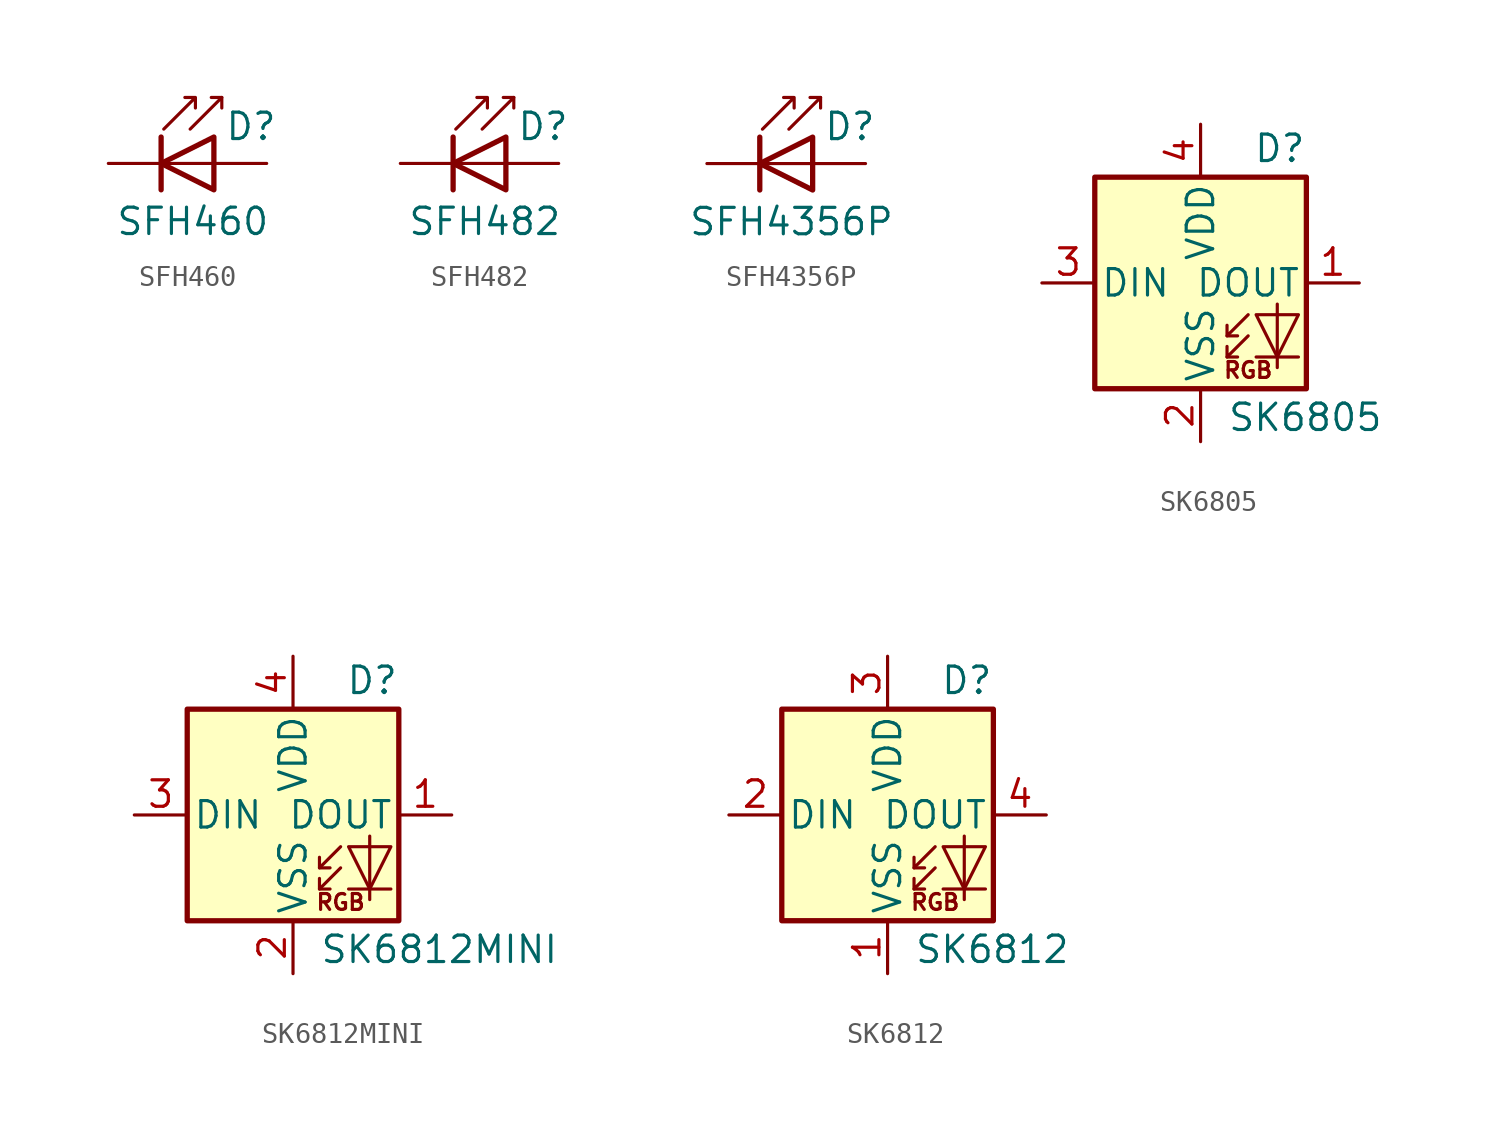
<source format=kicad_sym>
(kicad_symbol_lib
  (version 20220914)
  (generator kicad_symbol_editor)
  (symbol "SFH460"
    (pin_numbers hide)
    (pin_names
      (offset 1.016) hide)
    (property "Reference" "D"
      (at 0.508 1.778 0)
      (effects (font (size 1.27 1.27)) (justify left)))
    (property "Value" "SFH460"
      (at -1.016 -2.794 0)
      (effects (font (size 1.27 1.27))))
    (symbol "SFH460_0_1"
      (polyline (pts (xy -2.54 1.27) (xy -2.54 -1.27)) (stroke (width 0.254) (type solid)) (fill (type none)))
      (polyline (pts (xy 0 0) (xy -2.54 0)) (stroke (width 0) (type solid)) (fill (type none)))
      (polyline (pts (xy 0.381 3.175) (xy -0.127 3.175)) (stroke (width 0) (type solid)) (fill (type none)))
      (polyline (pts (xy -1.143 1.651) (xy 0.381 3.175) (xy 0.381 2.667)) (stroke (width 0) (type solid)) (fill (type none)))
      (polyline (pts (xy 0 1.27) (xy 0 -1.27) (xy -2.54 0) (xy 0 1.27)) (stroke (width 0.254) (type solid)) (fill (type none)))
      (polyline (pts (xy -2.413 1.651) (xy -0.889 3.175) (xy -0.889 2.667) (xy -0.889 3.175) (xy -1.397 3.175)) (stroke (width 0) (type solid)) (fill (type none))))
    (symbol "SFH460_1_1"
      (pin passive line (at -5.08 0 0) (length 2.54) (name "K" (effects (font (size 1.27 1.27)))) (number "1" (effects (font (size 1.27 1.27)))))
      (pin passive line (at 2.54 0 180) (length 2.54) (name "A" (effects (font (size 1.27 1.27)))) (number "2" (effects (font (size 1.27 1.27)))))))
  (symbol "SFH482"
    (pin_numbers hide)
    (pin_names
      (offset 1.016) hide)
    (property "Reference" "D"
      (at 0.508 1.778 0)
      (effects (font (size 1.27 1.27)) (justify left)))
    (property "Value" "SFH482"
      (at -1.016 -2.794 0)
      (effects (font (size 1.27 1.27))))
    (symbol "SFH482_0_1"
      (polyline (pts (xy -2.54 1.27) (xy -2.54 -1.27)) (stroke (width 0.254) (type solid)) (fill (type none)))
      (polyline (pts (xy 0 0) (xy -2.54 0)) (stroke (width 0) (type solid)) (fill (type none)))
      (polyline (pts (xy 0.381 3.175) (xy -0.127 3.175)) (stroke (width 0) (type solid)) (fill (type none)))
      (polyline (pts (xy -1.143 1.651) (xy 0.381 3.175) (xy 0.381 2.667)) (stroke (width 0) (type solid)) (fill (type none)))
      (polyline (pts (xy 0 1.27) (xy 0 -1.27) (xy -2.54 0) (xy 0 1.27)) (stroke (width 0.254) (type solid)) (fill (type none)))
      (polyline (pts (xy -2.413 1.651) (xy -0.889 3.175) (xy -0.889 2.667) (xy -0.889 3.175) (xy -1.397 3.175)) (stroke (width 0) (type solid)) (fill (type none))))
    (symbol "SFH482_1_1"
      (pin passive line (at -5.08 0 0) (length 2.54) (name "K" (effects (font (size 1.27 1.27)))) (number "1" (effects (font (size 1.27 1.27)))))
      (pin passive line (at 2.54 0 180) (length 2.54) (name "A" (effects (font (size 1.27 1.27)))) (number "2" (effects (font (size 1.27 1.27)))))))
  (symbol "SFH4356P"
    (pin_numbers hide)
    (pin_names
      (offset 1.016) hide)
    (property "Reference" "D"
      (at 0.508 1.778 0)
      (effects (font (size 1.27 1.27)) (justify left)))
    (property "Value" "SFH4356P"
      (at -1.016 -2.794 0)
      (effects (font (size 1.27 1.27))))
    (symbol "SFH4356P_0_1"
      (polyline (pts (xy -2.54 1.27) (xy -2.54 -1.27)) (stroke (width 0.254) (type solid)) (fill (type none)))
      (polyline (pts (xy 0 0) (xy -2.54 0)) (stroke (width 0) (type solid)) (fill (type none)))
      (polyline (pts (xy 0.381 3.175) (xy -0.127 3.175)) (stroke (width 0) (type solid)) (fill (type none)))
      (polyline (pts (xy -1.143 1.651) (xy 0.381 3.175) (xy 0.381 2.667)) (stroke (width 0) (type solid)) (fill (type none)))
      (polyline (pts (xy 0 1.27) (xy -2.54 0) (xy 0 -1.27) (xy 0 1.27)) (stroke (width 0.254) (type solid)) (fill (type none)))
      (polyline (pts (xy -2.413 1.651) (xy -0.889 3.175) (xy -0.889 2.667) (xy -0.889 3.175) (xy -1.397 3.175)) (stroke (width 0) (type solid)) (fill (type none))))
    (symbol "SFH4356P_1_1"
      (pin passive line (at -5.08 0 0) (length 2.54) (name "K" (effects (font (size 1.27 1.27)))) (number "1" (effects (font (size 1.27 1.27)))))
      (pin passive line (at 2.54 0 180) (length 2.54) (name "A" (effects (font (size 1.27 1.27)))) (number "2" (effects (font (size 1.27 1.27)))))))
  (symbol "SK6805"
    (pin_names
      (offset 0.254))
    (property "Reference" "D"
      (at 5.08 5.715 0)
      (effects (font (size 1.27 1.27)) (justify right bottom)))
    (property "Value" "SK6805"
      (at 1.27 -5.715 0)
      (effects (font (size 1.27 1.27)) (justify left top)))
    (symbol "SK6805_0_0"
      (text "RGB" (at 2.286 -4.191 0) (effects (font (size 0.762 0.762)))))
    (symbol "SK6805_0_1"
      (polyline (pts (xy 1.27 -3.556) (xy 1.778 -3.556)) (stroke (width 0) (type solid)) (fill (type none)))
      (polyline (pts (xy 1.27 -2.54) (xy 1.778 -2.54)) (stroke (width 0) (type solid)) (fill (type none)))
      (polyline (pts (xy 4.699 -3.556) (xy 2.667 -3.556)) (stroke (width 0) (type solid)) (fill (type none)))
      (polyline (pts (xy 2.286 -2.54) (xy 1.27 -3.556) (xy 1.27 -3.048)) (stroke (width 0) (type solid)) (fill (type none)))
      (polyline (pts (xy 2.286 -1.524) (xy 1.27 -2.54) (xy 1.27 -2.032)) (stroke (width 0) (type solid)) (fill (type none)))
      (polyline (pts (xy 3.683 -1.016) (xy 3.683 -3.556) (xy 3.683 -4.064)) (stroke (width 0) (type solid)) (fill (type none)))
      (polyline (pts (xy 4.699 -1.524) (xy 2.667 -1.524) (xy 3.683 -3.556) (xy 4.699 -1.524)) (stroke (width 0) (type solid)) (fill (type none)))
      (rectangle (start 5.08 5.08) (end -5.08 -5.08) (stroke (width 0.254) (type solid)) (fill (type background))))
    (symbol "SK6805_1_1"
      (pin output line (at 7.62 0 180) (length 2.54) (name "DOUT" (effects (font (size 1.27 1.27)))) (number "1" (effects (font (size 1.27 1.27)))))
      (pin power_in line (at 0 -7.62 90) (length 2.54) (name "VSS" (effects (font (size 1.27 1.27)))) (number "2" (effects (font (size 1.27 1.27)))))
      (pin input line (at -7.62 0 0) (length 2.54) (name "DIN" (effects (font (size 1.27 1.27)))) (number "3" (effects (font (size 1.27 1.27)))))
      (pin power_in line (at 0 7.62 270) (length 2.54) (name "VDD" (effects (font (size 1.27 1.27)))) (number "4" (effects (font (size 1.27 1.27)))))))
  (symbol "SK6812MINI"
    (pin_names
      (offset 0.254))
    (property "Reference" "D"
      (at 5.08 5.715 0)
      (effects (font (size 1.27 1.27)) (justify right bottom)))
    (property "Value" "SK6812MINI"
      (at 1.27 -5.715 0)
      (effects (font (size 1.27 1.27)) (justify left top)))
    (symbol "SK6812MINI_0_0"
      (text "RGB" (at 2.286 -4.191 0) (effects (font (size 0.762 0.762)))))
    (symbol "SK6812MINI_0_1"
      (polyline (pts (xy 1.27 -3.556) (xy 1.778 -3.556)) (stroke (width 0) (type solid)) (fill (type none)))
      (polyline (pts (xy 1.27 -2.54) (xy 1.778 -2.54)) (stroke (width 0) (type solid)) (fill (type none)))
      (polyline (pts (xy 4.699 -3.556) (xy 2.667 -3.556)) (stroke (width 0) (type solid)) (fill (type none)))
      (polyline (pts (xy 2.286 -2.54) (xy 1.27 -3.556) (xy 1.27 -3.048)) (stroke (width 0) (type solid)) (fill (type none)))
      (polyline (pts (xy 2.286 -1.524) (xy 1.27 -2.54) (xy 1.27 -2.032)) (stroke (width 0) (type solid)) (fill (type none)))
      (polyline (pts (xy 3.683 -1.016) (xy 3.683 -3.556) (xy 3.683 -4.064)) (stroke (width 0) (type solid)) (fill (type none)))
      (polyline (pts (xy 4.699 -1.524) (xy 2.667 -1.524) (xy 3.683 -3.556) (xy 4.699 -1.524)) (stroke (width 0) (type solid)) (fill (type none)))
      (rectangle (start 5.08 5.08) (end -5.08 -5.08) (stroke (width 0.254) (type solid)) (fill (type background))))
    (symbol "SK6812MINI_1_1"
      (pin output line (at 7.62 0 180) (length 2.54) (name "DOUT" (effects (font (size 1.27 1.27)))) (number "1" (effects (font (size 1.27 1.27)))))
      (pin power_in line (at 0 -7.62 90) (length 2.54) (name "VSS" (effects (font (size 1.27 1.27)))) (number "2" (effects (font (size 1.27 1.27)))))
      (pin input line (at -7.62 0 0) (length 2.54) (name "DIN" (effects (font (size 1.27 1.27)))) (number "3" (effects (font (size 1.27 1.27)))))
      (pin power_in line (at 0 7.62 270) (length 2.54) (name "VDD" (effects (font (size 1.27 1.27)))) (number "4" (effects (font (size 1.27 1.27)))))))
  (symbol "SK6812"
    (pin_names
      (offset 0.254))
    (property "Reference" "D"
      (at 5.08 5.715 0)
      (effects (font (size 1.27 1.27)) (justify right bottom)))
    (property "Value" "SK6812"
      (at 1.27 -5.715 0)
      (effects (font (size 1.27 1.27)) (justify left top)))
    (symbol "SK6812_0_0"
      (text "RGB" (at 2.286 -4.191 0) (effects (font (size 0.762 0.762)))))
    (symbol "SK6812_0_1"
      (polyline (pts (xy 1.27 -3.556) (xy 1.778 -3.556)) (stroke (width 0) (type solid)) (fill (type none)))
      (polyline (pts (xy 1.27 -2.54) (xy 1.778 -2.54)) (stroke (width 0) (type solid)) (fill (type none)))
      (polyline (pts (xy 4.699 -3.556) (xy 2.667 -3.556)) (stroke (width 0) (type solid)) (fill (type none)))
      (polyline (pts (xy 2.286 -2.54) (xy 1.27 -3.556) (xy 1.27 -3.048)) (stroke (width 0) (type solid)) (fill (type none)))
      (polyline (pts (xy 2.286 -1.524) (xy 1.27 -2.54) (xy 1.27 -2.032)) (stroke (width 0) (type solid)) (fill (type none)))
      (polyline (pts (xy 3.683 -1.016) (xy 3.683 -3.556) (xy 3.683 -4.064)) (stroke (width 0) (type solid)) (fill (type none)))
      (polyline (pts (xy 4.699 -1.524) (xy 2.667 -1.524) (xy 3.683 -3.556) (xy 4.699 -1.524)) (stroke (width 0) (type solid)) (fill (type none)))
      (rectangle (start 5.08 5.08) (end -5.08 -5.08) (stroke (width 0.254) (type solid)) (fill (type background))))
    (symbol "SK6812_1_1"
      (pin power_in line (at 0 -7.62 90) (length 2.54) (name "VSS" (effects (font (size 1.27 1.27)))) (number "1" (effects (font (size 1.27 1.27)))))
      (pin input line (at -7.62 0 0) (length 2.54) (name "DIN" (effects (font (size 1.27 1.27)))) (number "2" (effects (font (size 1.27 1.27)))))
      (pin power_in line (at 0 7.62 270) (length 2.54) (name "VDD" (effects (font (size 1.27 1.27)))) (number "3" (effects (font (size 1.27 1.27)))))
      (pin output line (at 7.62 0 180) (length 2.54) (name "DOUT" (effects (font (size 1.27 1.27)))) (number "4" (effects (font (size 1.27 1.27))))))))
</source>
